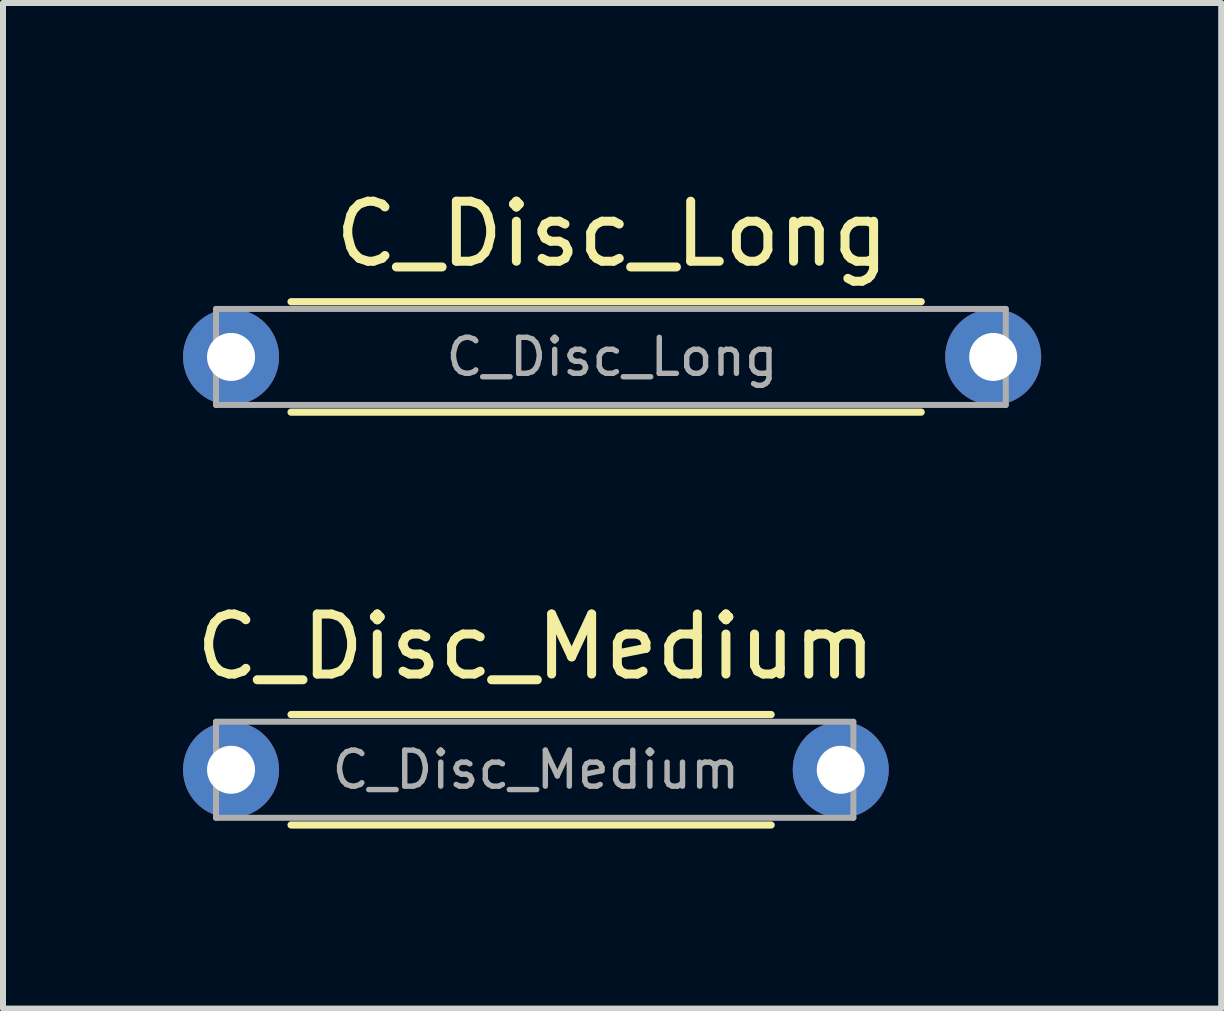
<source format=kicad_pcb>
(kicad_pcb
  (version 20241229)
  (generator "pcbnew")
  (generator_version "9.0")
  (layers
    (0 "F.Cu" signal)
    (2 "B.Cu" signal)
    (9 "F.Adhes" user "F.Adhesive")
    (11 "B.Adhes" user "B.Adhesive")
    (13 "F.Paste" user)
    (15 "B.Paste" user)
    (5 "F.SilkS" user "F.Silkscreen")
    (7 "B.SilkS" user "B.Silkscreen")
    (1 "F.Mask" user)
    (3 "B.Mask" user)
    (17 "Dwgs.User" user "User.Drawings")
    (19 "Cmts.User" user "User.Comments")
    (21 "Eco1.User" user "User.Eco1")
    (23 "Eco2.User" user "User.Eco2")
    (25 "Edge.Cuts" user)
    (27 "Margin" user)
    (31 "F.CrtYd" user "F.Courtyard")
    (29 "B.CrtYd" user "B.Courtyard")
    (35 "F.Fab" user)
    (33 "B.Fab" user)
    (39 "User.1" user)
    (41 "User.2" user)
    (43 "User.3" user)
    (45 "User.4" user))
  (footprint "C_Disc_Medium"
    (layer "F.Cu")
    (at 0.8 9.777)
    (property "Reference" "C_Disc_Medium" (at 5.08 -2.05 0) (layer "F.SilkS") (effects (font (size 1 1) (thickness 0.15))))
    (attr through_hole)
    (fp_line (start 1 -0.92) (end 9 -0.92) (stroke (width 0.12) (type solid)) (layer "F.SilkS"))
    (fp_line (start 1 0.92) (end 9 0.92) (stroke (width 0.12) (type solid)) (layer "F.SilkS"))
    (fp_line (start -0.25 -0.8) (end -0.25 0.8) (stroke (width 0.1) (type solid)) (layer "F.Fab"))
    (fp_line (start -0.25 0.8) (end 10.37 0.8) (stroke (width 0.1) (type solid)) (layer "F.Fab"))
    (fp_line (start 10.37 -0.8) (end -0.25 -0.8) (stroke (width 0.1) (type solid)) (layer "F.Fab"))
    (fp_line (start 10.37 0.8) (end 10.37 -0.8) (stroke (width 0.1) (type solid)) (layer "F.Fab"))
    (fp_text user "${REFERENCE}" (at 5.08 0 0) (layer "F.Fab") (effects (font (size 0.6 0.6) (thickness 0.09))))
    (pad "1" thru_hole circle (at 0 0) (size 1.6 1.6) (drill 0.8) (layers "*.Cu" "*.Mask"))
    (pad "2" thru_hole circle (at 10.16 0) (size 1.6 1.6) (drill 0.8) (layers "*.Cu" "*.Mask")))
  (footprint "C_Disc_Long"
    (layer "F.Cu")
    (at 0.8 2.898)
    (property "Reference" "C_Disc_Long" (at 6.35 -2.05 0) (layer "F.SilkS") (effects (font (size 1 1) (thickness 0.15))))
    (attr through_hole)
    (fp_line (start 1 -0.92) (end 11.5 -0.92) (stroke (width 0.12) (type solid)) (layer "F.SilkS"))
    (fp_line (start 1 0.92) (end 11.5 0.92) (stroke (width 0.12) (type solid)) (layer "F.SilkS"))
    (fp_line (start -0.25 -0.8) (end -0.25 0.8) (stroke (width 0.1) (type solid)) (layer "F.Fab"))
    (fp_line (start -0.25 0.8) (end 12.91 0.8) (stroke (width 0.1) (type solid)) (layer "F.Fab"))
    (fp_line (start 12.91 -0.8) (end -0.25 -0.8) (stroke (width 0.1) (type solid)) (layer "F.Fab"))
    (fp_line (start 12.91 0.8) (end 12.91 -0.8) (stroke (width 0.1) (type solid)) (layer "F.Fab"))
    (fp_text user "${REFERENCE}" (at 6.35 0 0) (layer "F.Fab") (effects (font (size 0.6 0.6) (thickness 0.09))))
    (pad "1" thru_hole circle (at 0 0) (size 1.6 1.6) (drill 0.8) (layers "*.Cu" "*.Mask"))
    (pad "2" thru_hole circle (at 12.7 0) (size 1.6 1.6) (drill 0.8) (layers "*.Cu" "*.Mask")))
  (gr_rect
    (start -3 -3)
    (end 17.3 13.757)
    (stroke (width 0.1) (type default))
    (fill no)
    (layer "Edge.Cuts")))
</source>
